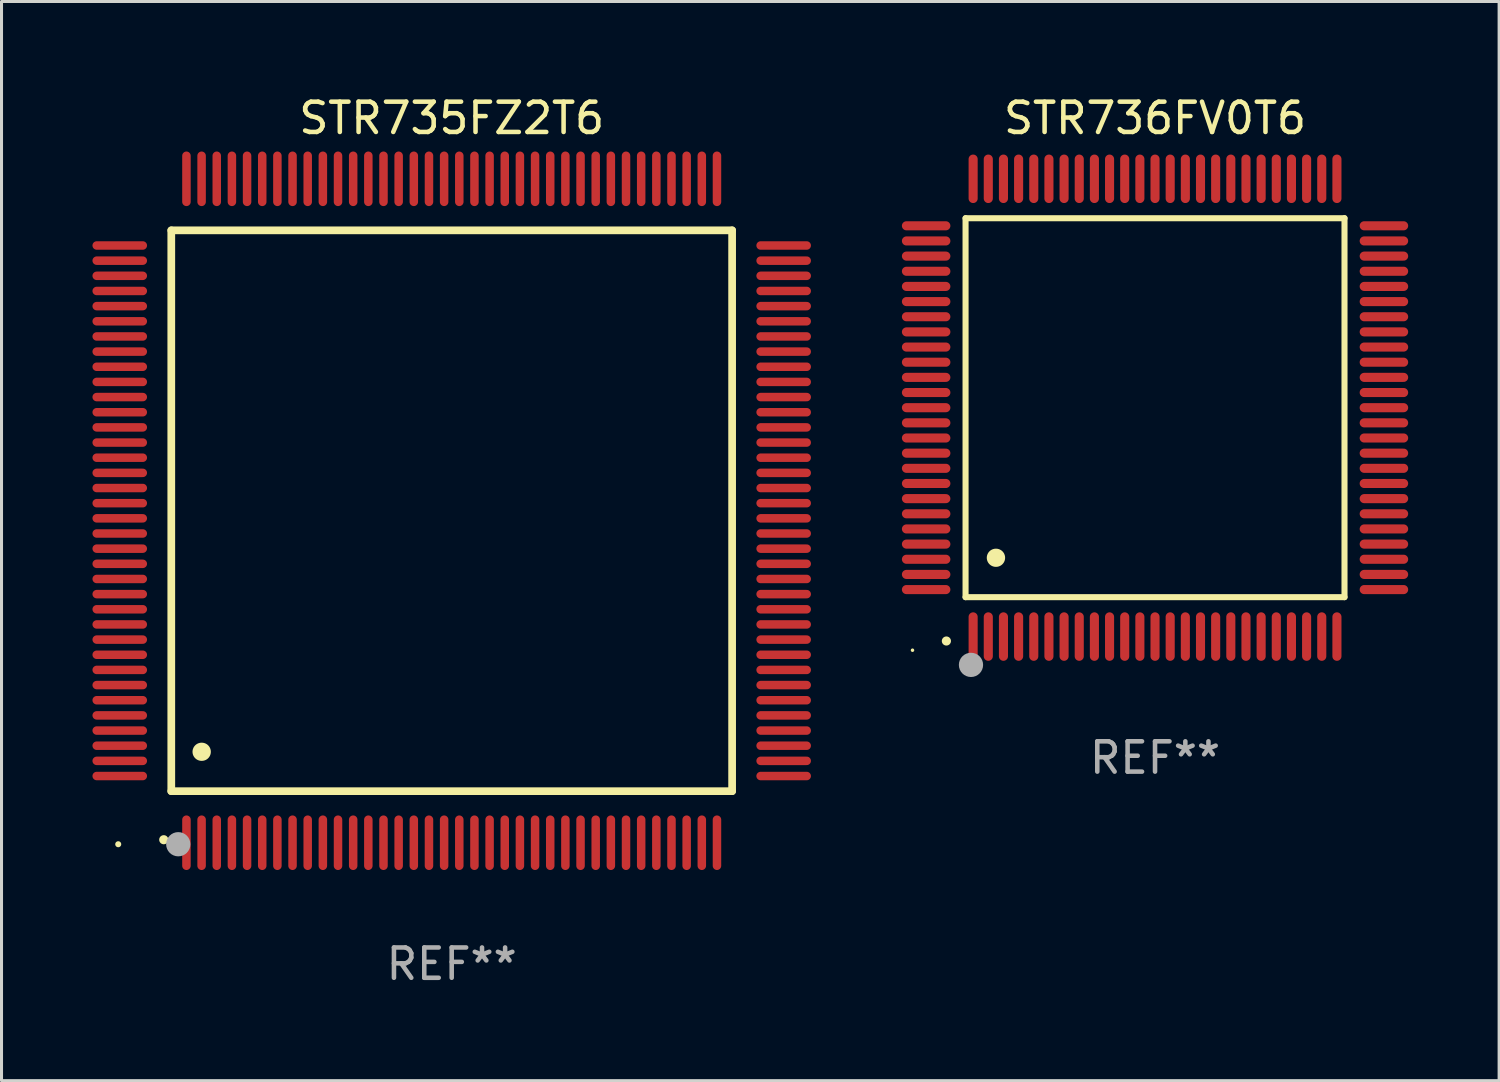
<source format=kicad_pcb>
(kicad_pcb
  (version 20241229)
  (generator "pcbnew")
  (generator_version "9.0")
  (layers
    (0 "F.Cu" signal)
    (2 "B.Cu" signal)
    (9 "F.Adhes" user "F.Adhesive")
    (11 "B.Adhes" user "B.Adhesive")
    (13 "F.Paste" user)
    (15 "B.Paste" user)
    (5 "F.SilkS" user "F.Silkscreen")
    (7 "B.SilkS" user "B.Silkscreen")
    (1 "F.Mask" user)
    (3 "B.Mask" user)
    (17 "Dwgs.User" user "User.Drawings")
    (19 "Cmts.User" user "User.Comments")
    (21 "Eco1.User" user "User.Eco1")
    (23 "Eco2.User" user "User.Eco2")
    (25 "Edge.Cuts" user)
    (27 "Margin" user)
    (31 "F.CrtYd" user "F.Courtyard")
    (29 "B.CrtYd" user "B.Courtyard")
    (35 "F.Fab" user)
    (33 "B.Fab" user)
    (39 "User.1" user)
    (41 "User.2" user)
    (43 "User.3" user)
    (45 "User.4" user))
  (footprint "STR735FZ2T6"
    (layer "F.Cu")
    (at 11.85 13.798)
    (property "Reference" "STR735FZ2T6" (at 0 -12.95 0) (layer "F.SilkS") (effects (font (size 1 1) (thickness 0.15))))
    (attr through_hole)
    (fp_line (start -9.25 -9.25) (end -9.25 9.25) (stroke (width 0.254) (type solid)) (layer "F.SilkS"))
    (fp_line (start -9.25 9.25) (end 9.25 9.25) (stroke (width 0.254) (type solid)) (layer "F.SilkS"))
    (fp_line (start 9.25 -9.25) (end -9.25 -9.25) (stroke (width 0.254) (type solid)) (layer "F.SilkS"))
    (fp_line (start 9.25 9.25) (end 9.25 -9.25) (stroke (width 0.254) (type solid)) (layer "F.SilkS"))
    (fp_arc (start -9.499619 10.850902) (mid -9.498349 10.850897) (end -9.497079 10.850902) (stroke (width 0.3) (type solid)) (layer "F.SilkS"))
    (fp_arc (start -8.249936 7.950216) (mid -8.247396 7.950205) (end -8.244856 7.950216) (stroke (width 0.6) (type solid)) (layer "F.SilkS"))
    (fp_circle (center -11 11) (end -10.95 11) (stroke (width 0.1) (type solid)) (fill no) (layer "F.SilkS"))
    (fp_circle (center -9.02 11) (end -8.82 11) (stroke (width 0.4) (type solid)) (fill no) (layer "F.Fab"))
    (fp_text user "REF**" (at 0 14.95 0) (layer "F.Fab") (effects (font (size 1 1) (thickness 0.15))))
    (pad "1" smd oval (at -8.75 10.95) (size 0.28 1.8) (layers "F.Cu" "F.Mask" "F.Paste"))
    (pad "2" smd oval (at -8.25 10.95) (size 0.28 1.8) (layers "F.Cu" "F.Mask" "F.Paste"))
    (pad "3" smd oval (at -7.75 10.95) (size 0.28 1.8) (layers "F.Cu" "F.Mask" "F.Paste"))
    (pad "4" smd oval (at -7.25 10.95) (size 0.28 1.8) (layers "F.Cu" "F.Mask" "F.Paste"))
    (pad "5" smd oval (at -6.75 10.95) (size 0.28 1.8) (layers "F.Cu" "F.Mask" "F.Paste"))
    (pad "6" smd oval (at -6.25 10.95) (size 0.28 1.8) (layers "F.Cu" "F.Mask" "F.Paste"))
    (pad "7" smd oval (at -5.75 10.95) (size 0.28 1.8) (layers "F.Cu" "F.Mask" "F.Paste"))
    (pad "8" smd oval (at -5.25 10.95) (size 0.28 1.8) (layers "F.Cu" "F.Mask" "F.Paste"))
    (pad "9" smd oval (at -4.75 10.95) (size 0.28 1.8) (layers "F.Cu" "F.Mask" "F.Paste"))
    (pad "10" smd oval (at -4.25 10.95) (size 0.28 1.8) (layers "F.Cu" "F.Mask" "F.Paste"))
    (pad "11" smd oval (at -3.75 10.95) (size 0.28 1.8) (layers "F.Cu" "F.Mask" "F.Paste"))
    (pad "12" smd oval (at -3.25 10.95) (size 0.28 1.8) (layers "F.Cu" "F.Mask" "F.Paste"))
    (pad "13" smd oval (at -2.75 10.95) (size 0.28 1.8) (layers "F.Cu" "F.Mask" "F.Paste"))
    (pad "14" smd oval (at -2.25 10.95) (size 0.28 1.8) (layers "F.Cu" "F.Mask" "F.Paste"))
    (pad "15" smd oval (at -1.75 10.95) (size 0.28 1.8) (layers "F.Cu" "F.Mask" "F.Paste"))
    (pad "16" smd oval (at -1.25 10.95) (size 0.28 1.8) (layers "F.Cu" "F.Mask" "F.Paste"))
    (pad "17" smd oval (at -0.75 10.95) (size 0.28 1.8) (layers "F.Cu" "F.Mask" "F.Paste"))
    (pad "18" smd oval (at -0.25 10.95) (size 0.28 1.8) (layers "F.Cu" "F.Mask" "F.Paste"))
    (pad "19" smd oval (at 0.25 10.95) (size 0.28 1.8) (layers "F.Cu" "F.Mask" "F.Paste"))
    (pad "20" smd oval (at 0.75 10.95) (size 0.28 1.8) (layers "F.Cu" "F.Mask" "F.Paste"))
    (pad "21" smd oval (at 1.25 10.95) (size 0.28 1.8) (layers "F.Cu" "F.Mask" "F.Paste"))
    (pad "22" smd oval (at 1.75 10.95) (size 0.28 1.8) (layers "F.Cu" "F.Mask" "F.Paste"))
    (pad "23" smd oval (at 2.25 10.95) (size 0.28 1.8) (layers "F.Cu" "F.Mask" "F.Paste"))
    (pad "24" smd oval (at 2.75 10.95) (size 0.28 1.8) (layers "F.Cu" "F.Mask" "F.Paste"))
    (pad "25" smd oval (at 3.25 10.95) (size 0.28 1.8) (layers "F.Cu" "F.Mask" "F.Paste"))
    (pad "26" smd oval (at 3.75 10.95) (size 0.28 1.8) (layers "F.Cu" "F.Mask" "F.Paste"))
    (pad "27" smd oval (at 4.25 10.95) (size 0.28 1.8) (layers "F.Cu" "F.Mask" "F.Paste"))
    (pad "28" smd oval (at 4.75 10.95) (size 0.28 1.8) (layers "F.Cu" "F.Mask" "F.Paste"))
    (pad "29" smd oval (at 5.25 10.95) (size 0.28 1.8) (layers "F.Cu" "F.Mask" "F.Paste"))
    (pad "30" smd oval (at 5.75 10.95) (size 0.28 1.8) (layers "F.Cu" "F.Mask" "F.Paste"))
    (pad "31" smd oval (at 6.25 10.95) (size 0.28 1.8) (layers "F.Cu" "F.Mask" "F.Paste"))
    (pad "32" smd oval (at 6.75 10.95) (size 0.28 1.8) (layers "F.Cu" "F.Mask" "F.Paste"))
    (pad "33" smd oval (at 7.25 10.95) (size 0.28 1.8) (layers "F.Cu" "F.Mask" "F.Paste"))
    (pad "34" smd oval (at 7.75 10.95) (size 0.28 1.8) (layers "F.Cu" "F.Mask" "F.Paste"))
    (pad "35" smd oval (at 8.25 10.95) (size 0.28 1.8) (layers "F.Cu" "F.Mask" "F.Paste"))
    (pad "36" smd oval (at 8.75 10.95) (size 0.28 1.8) (layers "F.Cu" "F.Mask" "F.Paste"))
    (pad "37" smd oval (at 10.95 8.75) (size 1.8 0.28) (layers "F.Cu" "F.Mask" "F.Paste"))
    (pad "38" smd oval (at 10.95 8.25) (size 1.8 0.28) (layers "F.Cu" "F.Mask" "F.Paste"))
    (pad "39" smd oval (at 10.95 7.75) (size 1.8 0.28) (layers "F.Cu" "F.Mask" "F.Paste"))
    (pad "40" smd oval (at 10.95 7.25) (size 1.8 0.28) (layers "F.Cu" "F.Mask" "F.Paste"))
    (pad "41" smd oval (at 10.95 6.75) (size 1.8 0.28) (layers "F.Cu" "F.Mask" "F.Paste"))
    (pad "42" smd oval (at 10.95 6.25) (size 1.8 0.28) (layers "F.Cu" "F.Mask" "F.Paste"))
    (pad "43" smd oval (at 10.95 5.75) (size 1.8 0.28) (layers "F.Cu" "F.Mask" "F.Paste"))
    (pad "44" smd oval (at 10.95 5.25) (size 1.8 0.28) (layers "F.Cu" "F.Mask" "F.Paste"))
    (pad "45" smd oval (at 10.95 4.75) (size 1.8 0.28) (layers "F.Cu" "F.Mask" "F.Paste"))
    (pad "46" smd oval (at 10.95 4.25) (size 1.8 0.28) (layers "F.Cu" "F.Mask" "F.Paste"))
    (pad "47" smd oval (at 10.95 3.75) (size 1.8 0.28) (layers "F.Cu" "F.Mask" "F.Paste"))
    (pad "48" smd oval (at 10.95 3.25) (size 1.8 0.28) (layers "F.Cu" "F.Mask" "F.Paste"))
    (pad "49" smd oval (at 10.95 2.75) (size 1.8 0.28) (layers "F.Cu" "F.Mask" "F.Paste"))
    (pad "50" smd oval (at 10.95 2.25) (size 1.8 0.28) (layers "F.Cu" "F.Mask" "F.Paste"))
    (pad "51" smd oval (at 10.95 1.75) (size 1.8 0.28) (layers "F.Cu" "F.Mask" "F.Paste"))
    (pad "52" smd oval (at 10.95 1.25) (size 1.8 0.28) (layers "F.Cu" "F.Mask" "F.Paste"))
    (pad "53" smd oval (at 10.95 0.75) (size 1.8 0.28) (layers "F.Cu" "F.Mask" "F.Paste"))
    (pad "54" smd oval (at 10.95 0.25) (size 1.8 0.28) (layers "F.Cu" "F.Mask" "F.Paste"))
    (pad "55" smd oval (at 10.95 -0.25) (size 1.8 0.28) (layers "F.Cu" "F.Mask" "F.Paste"))
    (pad "56" smd oval (at 10.95 -0.75) (size 1.8 0.28) (layers "F.Cu" "F.Mask" "F.Paste"))
    (pad "57" smd oval (at 10.95 -1.25) (size 1.8 0.28) (layers "F.Cu" "F.Mask" "F.Paste"))
    (pad "58" smd oval (at 10.95 -1.75) (size 1.8 0.28) (layers "F.Cu" "F.Mask" "F.Paste"))
    (pad "59" smd oval (at 10.95 -2.25) (size 1.8 0.28) (layers "F.Cu" "F.Mask" "F.Paste"))
    (pad "60" smd oval (at 10.95 -2.75) (size 1.8 0.28) (layers "F.Cu" "F.Mask" "F.Paste"))
    (pad "61" smd oval (at 10.95 -3.25) (size 1.8 0.28) (layers "F.Cu" "F.Mask" "F.Paste"))
    (pad "62" smd oval (at 10.95 -3.75) (size 1.8 0.28) (layers "F.Cu" "F.Mask" "F.Paste"))
    (pad "63" smd oval (at 10.95 -4.25) (size 1.8 0.28) (layers "F.Cu" "F.Mask" "F.Paste"))
    (pad "64" smd oval (at 10.95 -4.75) (size 1.8 0.28) (layers "F.Cu" "F.Mask" "F.Paste"))
    (pad "65" smd oval (at 10.95 -5.25) (size 1.8 0.28) (layers "F.Cu" "F.Mask" "F.Paste"))
    (pad "66" smd oval (at 10.95 -5.75) (size 1.8 0.28) (layers "F.Cu" "F.Mask" "F.Paste"))
    (pad "67" smd oval (at 10.95 -6.25) (size 1.8 0.28) (layers "F.Cu" "F.Mask" "F.Paste"))
    (pad "68" smd oval (at 10.95 -6.75) (size 1.8 0.28) (layers "F.Cu" "F.Mask" "F.Paste"))
    (pad "69" smd oval (at 10.95 -7.25) (size 1.8 0.28) (layers "F.Cu" "F.Mask" "F.Paste"))
    (pad "70" smd oval (at 10.95 -7.75) (size 1.8 0.28) (layers "F.Cu" "F.Mask" "F.Paste"))
    (pad "71" smd oval (at 10.95 -8.25) (size 1.8 0.28) (layers "F.Cu" "F.Mask" "F.Paste"))
    (pad "72" smd oval (at 10.95 -8.75) (size 1.8 0.28) (layers "F.Cu" "F.Mask" "F.Paste"))
    (pad "73" smd oval (at 8.75 -10.95) (size 0.28 1.8) (layers "F.Cu" "F.Mask" "F.Paste"))
    (pad "74" smd oval (at 8.25 -10.95) (size 0.28 1.8) (layers "F.Cu" "F.Mask" "F.Paste"))
    (pad "75" smd oval (at 7.75 -10.95) (size 0.28 1.8) (layers "F.Cu" "F.Mask" "F.Paste"))
    (pad "76" smd oval (at 7.25 -10.95) (size 0.28 1.8) (layers "F.Cu" "F.Mask" "F.Paste"))
    (pad "77" smd oval (at 6.75 -10.95) (size 0.28 1.8) (layers "F.Cu" "F.Mask" "F.Paste"))
    (pad "78" smd oval (at 6.25 -10.95) (size 0.28 1.8) (layers "F.Cu" "F.Mask" "F.Paste"))
    (pad "79" smd oval (at 5.75 -10.95) (size 0.28 1.8) (layers "F.Cu" "F.Mask" "F.Paste"))
    (pad "80" smd oval (at 5.25 -10.95) (size 0.28 1.8) (layers "F.Cu" "F.Mask" "F.Paste"))
    (pad "81" smd oval (at 4.75 -10.95) (size 0.28 1.8) (layers "F.Cu" "F.Mask" "F.Paste"))
    (pad "82" smd oval (at 4.25 -10.95) (size 0.28 1.8) (layers "F.Cu" "F.Mask" "F.Paste"))
    (pad "83" smd oval (at 3.75 -10.95) (size 0.28 1.8) (layers "F.Cu" "F.Mask" "F.Paste"))
    (pad "84" smd oval (at 3.25 -10.95) (size 0.28 1.8) (layers "F.Cu" "F.Mask" "F.Paste"))
    (pad "85" smd oval (at 2.75 -10.95) (size 0.28 1.8) (layers "F.Cu" "F.Mask" "F.Paste"))
    (pad "86" smd oval (at 2.25 -10.95) (size 0.28 1.8) (layers "F.Cu" "F.Mask" "F.Paste"))
    (pad "87" smd oval (at 1.75 -10.95) (size 0.28 1.8) (layers "F.Cu" "F.Mask" "F.Paste"))
    (pad "88" smd oval (at 1.25 -10.95) (size 0.28 1.8) (layers "F.Cu" "F.Mask" "F.Paste"))
    (pad "89" smd oval (at 0.75 -10.95) (size 0.28 1.8) (layers "F.Cu" "F.Mask" "F.Paste"))
    (pad "90" smd oval (at 0.25 -10.95) (size 0.28 1.8) (layers "F.Cu" "F.Mask" "F.Paste"))
    (pad "91" smd oval (at -0.25 -10.95) (size 0.28 1.8) (layers "F.Cu" "F.Mask" "F.Paste"))
    (pad "92" smd oval (at -0.75 -10.95) (size 0.28 1.8) (layers "F.Cu" "F.Mask" "F.Paste"))
    (pad "93" smd oval (at -1.25 -10.95) (size 0.28 1.8) (layers "F.Cu" "F.Mask" "F.Paste"))
    (pad "94" smd oval (at -1.75 -10.95) (size 0.28 1.8) (layers "F.Cu" "F.Mask" "F.Paste"))
    (pad "95" smd oval (at -2.25 -10.95) (size 0.28 1.8) (layers "F.Cu" "F.Mask" "F.Paste"))
    (pad "96" smd oval (at -2.75 -10.95) (size 0.28 1.8) (layers "F.Cu" "F.Mask" "F.Paste"))
    (pad "97" smd oval (at -3.25 -10.95) (size 0.28 1.8) (layers "F.Cu" "F.Mask" "F.Paste"))
    (pad "98" smd oval (at -3.75 -10.95) (size 0.28 1.8) (layers "F.Cu" "F.Mask" "F.Paste"))
    (pad "99" smd oval (at -4.25 -10.95) (size 0.28 1.8) (layers "F.Cu" "F.Mask" "F.Paste"))
    (pad "100" smd oval (at -4.75 -10.95) (size 0.28 1.8) (layers "F.Cu" "F.Mask" "F.Paste"))
    (pad "101" smd oval (at -5.25 -10.95) (size 0.28 1.8) (layers "F.Cu" "F.Mask" "F.Paste"))
    (pad "102" smd oval (at -5.75 -10.95) (size 0.28 1.8) (layers "F.Cu" "F.Mask" "F.Paste"))
    (pad "103" smd oval (at -6.25 -10.95) (size 0.28 1.8) (layers "F.Cu" "F.Mask" "F.Paste"))
    (pad "104" smd oval (at -6.75 -10.95) (size 0.28 1.8) (layers "F.Cu" "F.Mask" "F.Paste"))
    (pad "105" smd oval (at -7.25 -10.95) (size 0.28 1.8) (layers "F.Cu" "F.Mask" "F.Paste"))
    (pad "106" smd oval (at -7.75 -10.95) (size 0.28 1.8) (layers "F.Cu" "F.Mask" "F.Paste"))
    (pad "107" smd oval (at -8.25 -10.95) (size 0.28 1.8) (layers "F.Cu" "F.Mask" "F.Paste"))
    (pad "108" smd oval (at -8.75 -10.95) (size 0.28 1.8) (layers "F.Cu" "F.Mask" "F.Paste"))
    (pad "109" smd oval (at -10.95 -8.75) (size 1.8 0.28) (layers "F.Cu" "F.Mask" "F.Paste"))
    (pad "110" smd oval (at -10.95 -8.25) (size 1.8 0.28) (layers "F.Cu" "F.Mask" "F.Paste"))
    (pad "111" smd oval (at -10.95 -7.75) (size 1.8 0.28) (layers "F.Cu" "F.Mask" "F.Paste"))
    (pad "112" smd oval (at -10.95 -7.25) (size 1.8 0.28) (layers "F.Cu" "F.Mask" "F.Paste"))
    (pad "113" smd oval (at -10.95 -6.75) (size 1.8 0.28) (layers "F.Cu" "F.Mask" "F.Paste"))
    (pad "114" smd oval (at -10.95 -6.25) (size 1.8 0.28) (layers "F.Cu" "F.Mask" "F.Paste"))
    (pad "115" smd oval (at -10.95 -5.75) (size 1.8 0.28) (layers "F.Cu" "F.Mask" "F.Paste"))
    (pad "116" smd oval (at -10.95 -5.25) (size 1.8 0.28) (layers "F.Cu" "F.Mask" "F.Paste"))
    (pad "117" smd oval (at -10.95 -4.75) (size 1.8 0.28) (layers "F.Cu" "F.Mask" "F.Paste"))
    (pad "118" smd oval (at -10.95 -4.25) (size 1.8 0.28) (layers "F.Cu" "F.Mask" "F.Paste"))
    (pad "119" smd oval (at -10.95 -3.75) (size 1.8 0.28) (layers "F.Cu" "F.Mask" "F.Paste"))
    (pad "120" smd oval (at -10.95 -3.25) (size 1.8 0.28) (layers "F.Cu" "F.Mask" "F.Paste"))
    (pad "121" smd oval (at -10.95 -2.75) (size 1.8 0.28) (layers "F.Cu" "F.Mask" "F.Paste"))
    (pad "122" smd oval (at -10.95 -2.25) (size 1.8 0.28) (layers "F.Cu" "F.Mask" "F.Paste"))
    (pad "123" smd oval (at -10.95 -1.75) (size 1.8 0.28) (layers "F.Cu" "F.Mask" "F.Paste"))
    (pad "124" smd oval (at -10.95 -1.25) (size 1.8 0.28) (layers "F.Cu" "F.Mask" "F.Paste"))
    (pad "125" smd oval (at -10.95 -0.75) (size 1.8 0.28) (layers "F.Cu" "F.Mask" "F.Paste"))
    (pad "126" smd oval (at -10.95 -0.25) (size 1.8 0.28) (layers "F.Cu" "F.Mask" "F.Paste"))
    (pad "127" smd oval (at -10.95 0.25) (size 1.8 0.28) (layers "F.Cu" "F.Mask" "F.Paste"))
    (pad "128" smd oval (at -10.95 0.75) (size 1.8 0.28) (layers "F.Cu" "F.Mask" "F.Paste"))
    (pad "129" smd oval (at -10.95 1.25) (size 1.8 0.28) (layers "F.Cu" "F.Mask" "F.Paste"))
    (pad "130" smd oval (at -10.95 1.75) (size 1.8 0.28) (layers "F.Cu" "F.Mask" "F.Paste"))
    (pad "131" smd oval (at -10.95 2.25) (size 1.8 0.28) (layers "F.Cu" "F.Mask" "F.Paste"))
    (pad "132" smd oval (at -10.95 2.75) (size 1.8 0.28) (layers "F.Cu" "F.Mask" "F.Paste"))
    (pad "133" smd oval (at -10.95 3.25) (size 1.8 0.28) (layers "F.Cu" "F.Mask" "F.Paste"))
    (pad "134" smd oval (at -10.95 3.75) (size 1.8 0.28) (layers "F.Cu" "F.Mask" "F.Paste"))
    (pad "135" smd oval (at -10.95 4.25) (size 1.8 0.28) (layers "F.Cu" "F.Mask" "F.Paste"))
    (pad "136" smd oval (at -10.95 4.75) (size 1.8 0.28) (layers "F.Cu" "F.Mask" "F.Paste"))
    (pad "137" smd oval (at -10.95 5.25) (size 1.8 0.28) (layers "F.Cu" "F.Mask" "F.Paste"))
    (pad "138" smd oval (at -10.95 5.75) (size 1.8 0.28) (layers "F.Cu" "F.Mask" "F.Paste"))
    (pad "139" smd oval (at -10.95 6.25) (size 1.8 0.28) (layers "F.Cu" "F.Mask" "F.Paste"))
    (pad "140" smd oval (at -10.95 6.75) (size 1.8 0.28) (layers "F.Cu" "F.Mask" "F.Paste"))
    (pad "141" smd oval (at -10.95 7.25) (size 1.8 0.28) (layers "F.Cu" "F.Mask" "F.Paste"))
    (pad "142" smd oval (at -10.95 7.75) (size 1.8 0.28) (layers "F.Cu" "F.Mask" "F.Paste"))
    (pad "143" smd oval (at -10.95 8.25) (size 1.8 0.28) (layers "F.Cu" "F.Mask" "F.Paste"))
    (pad "144" smd oval (at -10.95 8.75) (size 1.8 0.28) (layers "F.Cu" "F.Mask" "F.Paste")))
  (footprint "STR736FV0T6"
    (layer "F.Cu")
    (at 35.05 10.398)
    (property "Reference" "STR736FV0T6" (at 0 -9.55 0) (layer "F.SilkS") (effects (font (size 1 1) (thickness 0.15))))
    (attr through_hole)
    (fp_line (start -6.25 -6.25) (end -6.25 6.25) (stroke (width 0.2) (type solid)) (layer "F.SilkS"))
    (fp_line (start -6.25 6.25) (end 6.25 6.25) (stroke (width 0.2) (type solid)) (layer "F.SilkS"))
    (fp_line (start 6.25 -6.25) (end -6.25 -6.25) (stroke (width 0.2) (type solid)) (layer "F.SilkS"))
    (fp_line (start 6.25 6.25) (end 6.25 -6.25) (stroke (width 0.2) (type solid)) (layer "F.SilkS"))
    (fp_arc (start -6.883414 7.696215) (mid -6.882144 7.69621) (end -6.880874 7.696215) (stroke (width 0.3) (type solid)) (layer "F.SilkS"))
    (fp_arc (start -5.250191 4.95047) (mid -5.247651 4.950459) (end -5.245111 4.95047) (stroke (width 0.6) (type solid)) (layer "F.SilkS"))
    (fp_circle (center -8 8) (end -7.97 8) (stroke (width 0.06) (type solid)) (fill no) (layer "F.SilkS"))
    (fp_circle (center -6.071 8.484) (end -5.871 8.484) (stroke (width 0.4) (type solid)) (fill no) (layer "F.Fab"))
    (fp_text user "REF**" (at 0 11.55 0) (layer "F.Fab") (effects (font (size 1 1) (thickness 0.15))))
    (pad "1" smd oval (at -6 7.55) (size 0.3 1.6) (layers "F.Cu" "F.Mask" "F.Paste"))
    (pad "2" smd oval (at -5.5 7.55) (size 0.3 1.6) (layers "F.Cu" "F.Mask" "F.Paste"))
    (pad "3" smd oval (at -5 7.55) (size 0.3 1.6) (layers "F.Cu" "F.Mask" "F.Paste"))
    (pad "4" smd oval (at -4.5 7.55) (size 0.3 1.6) (layers "F.Cu" "F.Mask" "F.Paste"))
    (pad "5" smd oval (at -4 7.55) (size 0.3 1.6) (layers "F.Cu" "F.Mask" "F.Paste"))
    (pad "6" smd oval (at -3.5 7.55) (size 0.3 1.6) (layers "F.Cu" "F.Mask" "F.Paste"))
    (pad "7" smd oval (at -3 7.55) (size 0.3 1.6) (layers "F.Cu" "F.Mask" "F.Paste"))
    (pad "8" smd oval (at -2.5 7.55) (size 0.3 1.6) (layers "F.Cu" "F.Mask" "F.Paste"))
    (pad "9" smd oval (at -2 7.55) (size 0.3 1.6) (layers "F.Cu" "F.Mask" "F.Paste"))
    (pad "10" smd oval (at -1.5 7.55) (size 0.3 1.6) (layers "F.Cu" "F.Mask" "F.Paste"))
    (pad "11" smd oval (at -1 7.55) (size 0.3 1.6) (layers "F.Cu" "F.Mask" "F.Paste"))
    (pad "12" smd oval (at -0.5 7.55) (size 0.3 1.6) (layers "F.Cu" "F.Mask" "F.Paste"))
    (pad "13" smd oval (at 0 7.55) (size 0.3 1.6) (layers "F.Cu" "F.Mask" "F.Paste"))
    (pad "14" smd oval (at 0.5 7.55) (size 0.3 1.6) (layers "F.Cu" "F.Mask" "F.Paste"))
    (pad "15" smd oval (at 1 7.55) (size 0.3 1.6) (layers "F.Cu" "F.Mask" "F.Paste"))
    (pad "16" smd oval (at 1.5 7.55) (size 0.3 1.6) (layers "F.Cu" "F.Mask" "F.Paste"))
    (pad "17" smd oval (at 2 7.55) (size 0.3 1.6) (layers "F.Cu" "F.Mask" "F.Paste"))
    (pad "18" smd oval (at 2.5 7.55) (size 0.3 1.6) (layers "F.Cu" "F.Mask" "F.Paste"))
    (pad "19" smd oval (at 3 7.55) (size 0.3 1.6) (layers "F.Cu" "F.Mask" "F.Paste"))
    (pad "20" smd oval (at 3.5 7.55) (size 0.3 1.6) (layers "F.Cu" "F.Mask" "F.Paste"))
    (pad "21" smd oval (at 4 7.55) (size 0.3 1.6) (layers "F.Cu" "F.Mask" "F.Paste"))
    (pad "22" smd oval (at 4.5 7.55) (size 0.3 1.6) (layers "F.Cu" "F.Mask" "F.Paste"))
    (pad "23" smd oval (at 5 7.55) (size 0.3 1.6) (layers "F.Cu" "F.Mask" "F.Paste"))
    (pad "24" smd oval (at 5.5 7.55) (size 0.3 1.6) (layers "F.Cu" "F.Mask" "F.Paste"))
    (pad "25" smd oval (at 6 7.55) (size 0.3 1.6) (layers "F.Cu" "F.Mask" "F.Paste"))
    (pad "26" smd oval (at 7.55 6) (size 1.6 0.3) (layers "F.Cu" "F.Mask" "F.Paste"))
    (pad "27" smd oval (at 7.55 5.5) (size 1.6 0.3) (layers "F.Cu" "F.Mask" "F.Paste"))
    (pad "28" smd oval (at 7.55 5) (size 1.6 0.3) (layers "F.Cu" "F.Mask" "F.Paste"))
    (pad "29" smd oval (at 7.55 4.5) (size 1.6 0.3) (layers "F.Cu" "F.Mask" "F.Paste"))
    (pad "30" smd oval (at 7.55 4) (size 1.6 0.3) (layers "F.Cu" "F.Mask" "F.Paste"))
    (pad "31" smd oval (at 7.55 3.5) (size 1.6 0.3) (layers "F.Cu" "F.Mask" "F.Paste"))
    (pad "32" smd oval (at 7.55 3) (size 1.6 0.3) (layers "F.Cu" "F.Mask" "F.Paste"))
    (pad "33" smd oval (at 7.55 2.5) (size 1.6 0.3) (layers "F.Cu" "F.Mask" "F.Paste"))
    (pad "34" smd oval (at 7.55 2) (size 1.6 0.3) (layers "F.Cu" "F.Mask" "F.Paste"))
    (pad "35" smd oval (at 7.55 1.5) (size 1.6 0.3) (layers "F.Cu" "F.Mask" "F.Paste"))
    (pad "36" smd oval (at 7.55 1) (size 1.6 0.3) (layers "F.Cu" "F.Mask" "F.Paste"))
    (pad "37" smd oval (at 7.55 0.5) (size 1.6 0.3) (layers "F.Cu" "F.Mask" "F.Paste"))
    (pad "38" smd oval (at 7.55 0) (size 1.6 0.3) (layers "F.Cu" "F.Mask" "F.Paste"))
    (pad "39" smd oval (at 7.55 -0.5) (size 1.6 0.3) (layers "F.Cu" "F.Mask" "F.Paste"))
    (pad "40" smd oval (at 7.55 -1) (size 1.6 0.3) (layers "F.Cu" "F.Mask" "F.Paste"))
    (pad "41" smd oval (at 7.55 -1.5) (size 1.6 0.3) (layers "F.Cu" "F.Mask" "F.Paste"))
    (pad "42" smd oval (at 7.55 -2) (size 1.6 0.3) (layers "F.Cu" "F.Mask" "F.Paste"))
    (pad "43" smd oval (at 7.55 -2.5) (size 1.6 0.3) (layers "F.Cu" "F.Mask" "F.Paste"))
    (pad "44" smd oval (at 7.55 -3) (size 1.6 0.3) (layers "F.Cu" "F.Mask" "F.Paste"))
    (pad "45" smd oval (at 7.55 -3.5) (size 1.6 0.3) (layers "F.Cu" "F.Mask" "F.Paste"))
    (pad "46" smd oval (at 7.55 -4) (size 1.6 0.3) (layers "F.Cu" "F.Mask" "F.Paste"))
    (pad "47" smd oval (at 7.55 -4.5) (size 1.6 0.3) (layers "F.Cu" "F.Mask" "F.Paste"))
    (pad "48" smd oval (at 7.55 -5) (size 1.6 0.3) (layers "F.Cu" "F.Mask" "F.Paste"))
    (pad "49" smd oval (at 7.55 -5.5) (size 1.6 0.3) (layers "F.Cu" "F.Mask" "F.Paste"))
    (pad "50" smd oval (at 7.55 -6) (size 1.6 0.3) (layers "F.Cu" "F.Mask" "F.Paste"))
    (pad "51" smd oval (at 6 -7.55) (size 0.3 1.6) (layers "F.Cu" "F.Mask" "F.Paste"))
    (pad "52" smd oval (at 5.5 -7.55) (size 0.3 1.6) (layers "F.Cu" "F.Mask" "F.Paste"))
    (pad "53" smd oval (at 5 -7.55) (size 0.3 1.6) (layers "F.Cu" "F.Mask" "F.Paste"))
    (pad "54" smd oval (at 4.5 -7.55) (size 0.3 1.6) (layers "F.Cu" "F.Mask" "F.Paste"))
    (pad "55" smd oval (at 4 -7.55) (size 0.3 1.6) (layers "F.Cu" "F.Mask" "F.Paste"))
    (pad "56" smd oval (at 3.5 -7.55) (size 0.3 1.6) (layers "F.Cu" "F.Mask" "F.Paste"))
    (pad "57" smd oval (at 3 -7.55) (size 0.3 1.6) (layers "F.Cu" "F.Mask" "F.Paste"))
    (pad "58" smd oval (at 2.5 -7.55) (size 0.3 1.6) (layers "F.Cu" "F.Mask" "F.Paste"))
    (pad "59" smd oval (at 2 -7.55) (size 0.3 1.6) (layers "F.Cu" "F.Mask" "F.Paste"))
    (pad "60" smd oval (at 1.5 -7.55) (size 0.3 1.6) (layers "F.Cu" "F.Mask" "F.Paste"))
    (pad "61" smd oval (at 1 -7.55) (size 0.3 1.6) (layers "F.Cu" "F.Mask" "F.Paste"))
    (pad "62" smd oval (at 0.5 -7.55) (size 0.3 1.6) (layers "F.Cu" "F.Mask" "F.Paste"))
    (pad "63" smd oval (at 0 -7.55) (size 0.3 1.6) (layers "F.Cu" "F.Mask" "F.Paste"))
    (pad "64" smd oval (at -0.5 -7.55) (size 0.3 1.6) (layers "F.Cu" "F.Mask" "F.Paste"))
    (pad "65" smd oval (at -1 -7.55) (size 0.3 1.6) (layers "F.Cu" "F.Mask" "F.Paste"))
    (pad "66" smd oval (at -1.5 -7.55) (size 0.3 1.6) (layers "F.Cu" "F.Mask" "F.Paste"))
    (pad "67" smd oval (at -2 -7.55) (size 0.3 1.6) (layers "F.Cu" "F.Mask" "F.Paste"))
    (pad "68" smd oval (at -2.5 -7.55) (size 0.3 1.6) (layers "F.Cu" "F.Mask" "F.Paste"))
    (pad "69" smd oval (at -3 -7.55) (size 0.3 1.6) (layers "F.Cu" "F.Mask" "F.Paste"))
    (pad "70" smd oval (at -3.5 -7.55) (size 0.3 1.6) (layers "F.Cu" "F.Mask" "F.Paste"))
    (pad "71" smd oval (at -4 -7.55) (size 0.3 1.6) (layers "F.Cu" "F.Mask" "F.Paste"))
    (pad "72" smd oval (at -4.5 -7.55) (size 0.3 1.6) (layers "F.Cu" "F.Mask" "F.Paste"))
    (pad "73" smd oval (at -5 -7.55) (size 0.3 1.6) (layers "F.Cu" "F.Mask" "F.Paste"))
    (pad "74" smd oval (at -5.5 -7.55) (size 0.3 1.6) (layers "F.Cu" "F.Mask" "F.Paste"))
    (pad "75" smd oval (at -6 -7.55) (size 0.3 1.6) (layers "F.Cu" "F.Mask" "F.Paste"))
    (pad "76" smd oval (at -7.55 -6) (size 1.6 0.3) (layers "F.Cu" "F.Mask" "F.Paste"))
    (pad "77" smd oval (at -7.55 -5.5) (size 1.6 0.3) (layers "F.Cu" "F.Mask" "F.Paste"))
    (pad "78" smd oval (at -7.55 -5) (size 1.6 0.3) (layers "F.Cu" "F.Mask" "F.Paste"))
    (pad "79" smd oval (at -7.55 -4.5) (size 1.6 0.3) (layers "F.Cu" "F.Mask" "F.Paste"))
    (pad "80" smd oval (at -7.55 -4) (size 1.6 0.3) (layers "F.Cu" "F.Mask" "F.Paste"))
    (pad "81" smd oval (at -7.55 -3.5) (size 1.6 0.3) (layers "F.Cu" "F.Mask" "F.Paste"))
    (pad "82" smd oval (at -7.55 -3) (size 1.6 0.3) (layers "F.Cu" "F.Mask" "F.Paste"))
    (pad "83" smd oval (at -7.55 -2.5) (size 1.6 0.3) (layers "F.Cu" "F.Mask" "F.Paste"))
    (pad "84" smd oval (at -7.55 -2) (size 1.6 0.3) (layers "F.Cu" "F.Mask" "F.Paste"))
    (pad "85" smd oval (at -7.55 -1.5) (size 1.6 0.3) (layers "F.Cu" "F.Mask" "F.Paste"))
    (pad "86" smd oval (at -7.55 -1) (size 1.6 0.3) (layers "F.Cu" "F.Mask" "F.Paste"))
    (pad "87" smd oval (at -7.55 -0.5) (size 1.6 0.3) (layers "F.Cu" "F.Mask" "F.Paste"))
    (pad "88" smd oval (at -7.55 0) (size 1.6 0.3) (layers "F.Cu" "F.Mask" "F.Paste"))
    (pad "89" smd oval (at -7.55 0.5) (size 1.6 0.3) (layers "F.Cu" "F.Mask" "F.Paste"))
    (pad "90" smd oval (at -7.55 1) (size 1.6 0.3) (layers "F.Cu" "F.Mask" "F.Paste"))
    (pad "91" smd oval (at -7.55 1.5) (size 1.6 0.3) (layers "F.Cu" "F.Mask" "F.Paste"))
    (pad "92" smd oval (at -7.55 2) (size 1.6 0.3) (layers "F.Cu" "F.Mask" "F.Paste"))
    (pad "93" smd oval (at -7.55 2.5) (size 1.6 0.3) (layers "F.Cu" "F.Mask" "F.Paste"))
    (pad "94" smd oval (at -7.55 3) (size 1.6 0.3) (layers "F.Cu" "F.Mask" "F.Paste"))
    (pad "95" smd oval (at -7.55 3.5) (size 1.6 0.3) (layers "F.Cu" "F.Mask" "F.Paste"))
    (pad "96" smd oval (at -7.55 4) (size 1.6 0.3) (layers "F.Cu" "F.Mask" "F.Paste"))
    (pad "97" smd oval (at -7.55 4.5) (size 1.6 0.3) (layers "F.Cu" "F.Mask" "F.Paste"))
    (pad "98" smd oval (at -7.55 5) (size 1.6 0.3) (layers "F.Cu" "F.Mask" "F.Paste"))
    (pad "99" smd oval (at -7.55 5.5) (size 1.6 0.3) (layers "F.Cu" "F.Mask" "F.Paste"))
    (pad "100" smd oval (at -7.55 6) (size 1.6 0.3) (layers "F.Cu" "F.Mask" "F.Paste")))
  (gr_rect
    (start -3 -3)
    (end 46.4 32.596)
    (stroke (width 0.1) (type default))
    (fill no)
    (layer "Edge.Cuts")))
</source>
